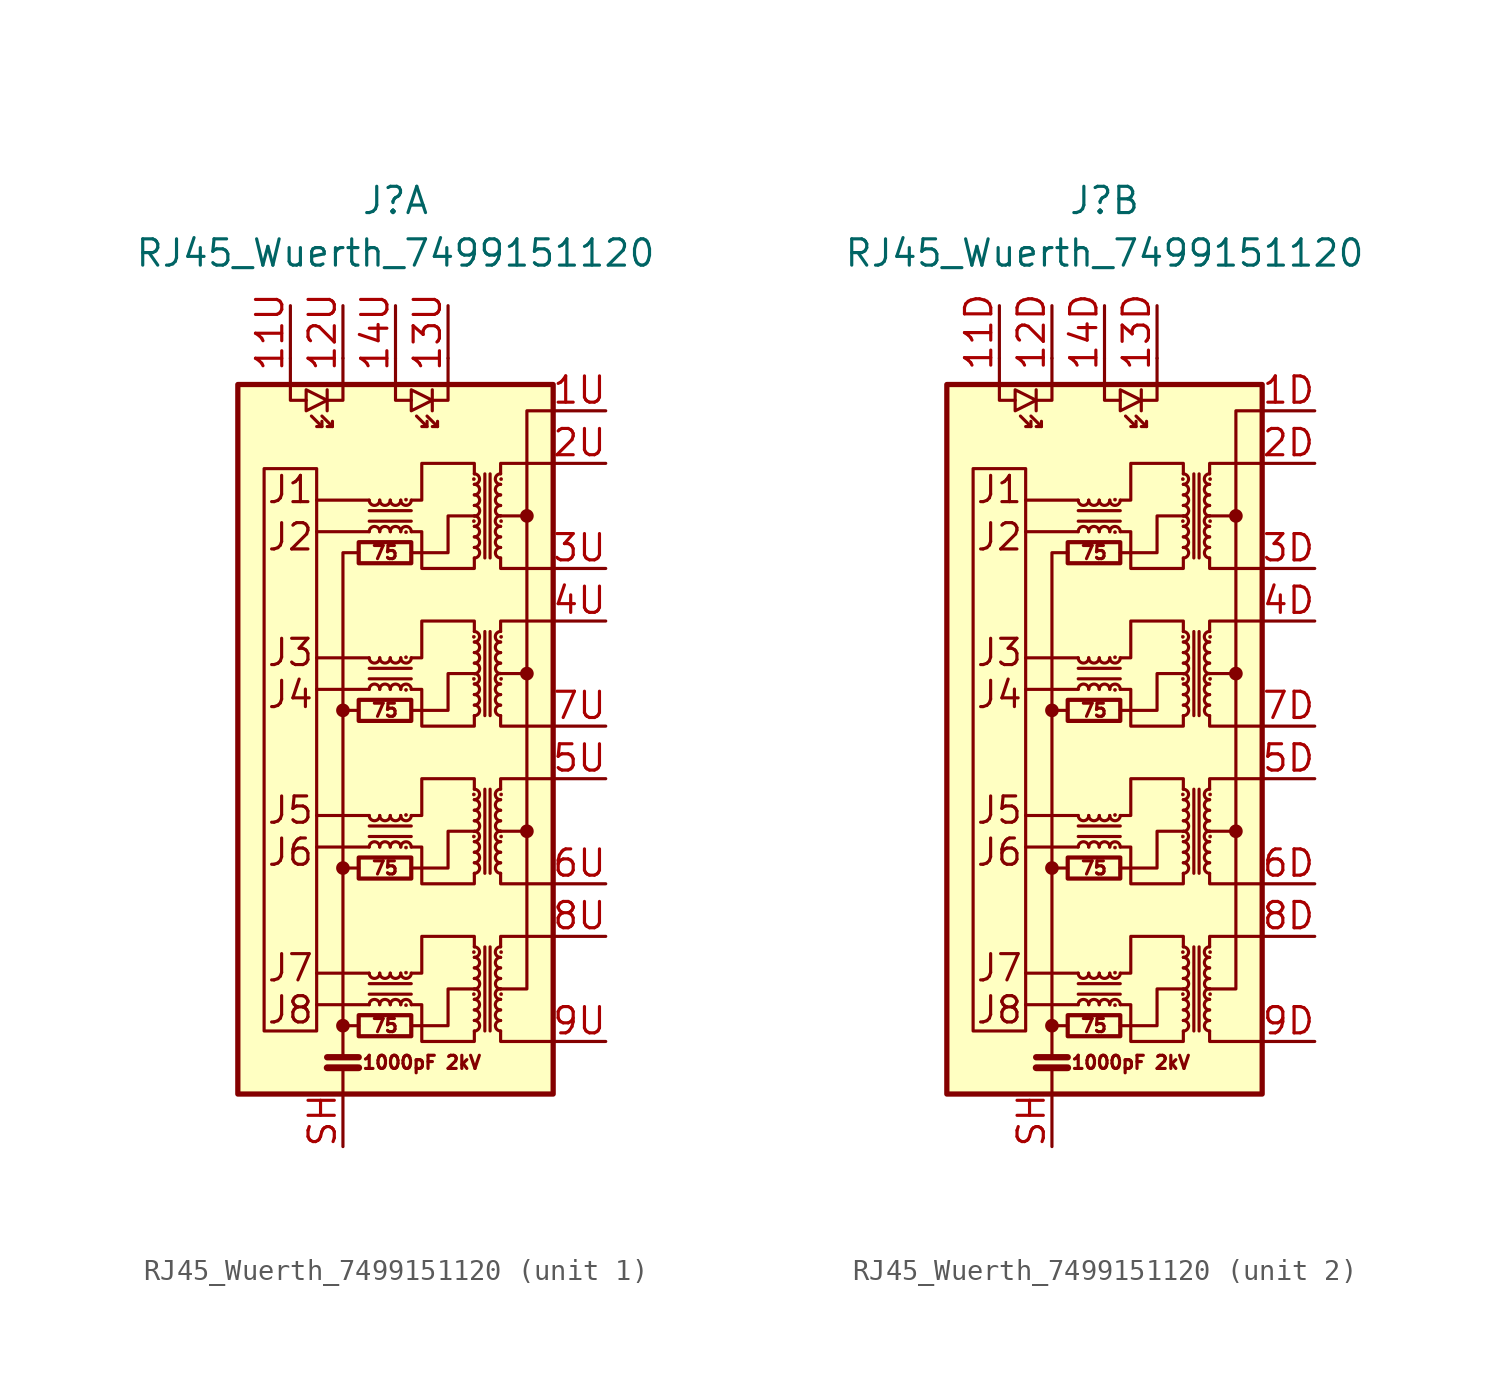
<source format=kicad_sym>
(kicad_symbol_lib
  (version 20220914)
  (generator kicad_symbol_editor)
  (symbol "RJ45_Wuerth_7499151120"
    (pin_names
      (offset 0.025) hide)
    (property "Reference" "J"
      (at 0 25.4 0)
      (effects (font (size 1.27 1.27))))
    (property "Value" "RJ45_Wuerth_7499151120"
      (at 0 22.86 0)
      (effects (font (size 1.27 1.27))))
    (property "ki_locked" ""
      (at 0 0 0)
      (effects (font (size 1.27 1.27))))
    (symbol "RJ45_Wuerth_7499151120_0_0"
      (polyline (pts (xy -1.778 -14.478) (xy -2.54 -14.478)) (stroke (width 0) (type default)) (fill (type none)))
      (polyline (pts (xy -1.27 -13.462) (xy -3.81 -13.462)) (stroke (width 0) (type default)) (fill (type none)))
      (polyline (pts (xy -1.27 -11.938) (xy -3.81 -11.938)) (stroke (width 0) (type default)) (fill (type none)))
      (polyline (pts (xy -1.27 -5.842) (xy -3.81 -5.842)) (stroke (width 0) (type default)) (fill (type none)))
      (polyline (pts (xy -1.27 -4.318) (xy -3.81 -4.318)) (stroke (width 0) (type default)) (fill (type none)))
      (polyline (pts (xy -1.27 1.778) (xy -3.81 1.778)) (stroke (width 0) (type default)) (fill (type none)))
      (polyline (pts (xy -1.27 3.302) (xy -3.81 3.302)) (stroke (width 0) (type default)) (fill (type none)))
      (polyline (pts (xy -1.27 9.398) (xy -3.81 9.398)) (stroke (width 0) (type default)) (fill (type none)))
      (polyline (pts (xy -1.27 10.922) (xy -3.81 10.922)) (stroke (width 0) (type default)) (fill (type none)))
      (polyline (pts (xy 5.08 2.54) (xy 6.35 2.54)) (stroke (width 0) (type default)) (fill (type none)))
      (polyline (pts (xy 6.35 -5.08) (xy 5.08 -5.08)) (stroke (width 0) (type default)) (fill (type none)))
      (polyline (pts (xy 6.35 10.16) (xy 5.08 10.16)) (stroke (width 0) (type default)) (fill (type none)))
      (polyline (pts (xy 0.762 -14.478) (xy 2.54 -14.478) (xy 2.54 -12.7) (xy 3.81 -12.7)) (stroke (width 0) (type default)) (fill (type none)))
      (polyline (pts (xy 0.762 -6.858) (xy 2.54 -6.858) (xy 2.54 -5.08) (xy 3.81 -5.08)) (stroke (width 0) (type default)) (fill (type none)))
      (polyline (pts (xy 0.762 0.762) (xy 2.54 0.762) (xy 2.54 2.54) (xy 3.81 2.54)) (stroke (width 0) (type default)) (fill (type none)))
      (polyline (pts (xy 0.762 8.382) (xy 2.54 8.382) (xy 2.54 10.16) (xy 3.81 10.16)) (stroke (width 0) (type default)) (fill (type none)))
      (text "1000pF 2kV" (at 1.27 -16.256 0) (effects (font (size 0.635 0.635))))
      (text "75" (at -0.508 -14.478 0) (effects (font (size 0.635 0.635))))
      (text "75" (at -0.508 -6.858 0) (effects (font (size 0.635 0.635))))
      (text "75" (at -0.508 0.762 0) (effects (font (size 0.635 0.635))))
      (text "75" (at -0.508 8.382 0) (effects (font (size 0.635 0.635))))
      (text "J1" (at -5.08 11.43 0) (effects (font (size 1.27 1.27))))
      (text "J2" (at -5.08 9.144 0) (effects (font (size 1.27 1.27))))
      (text "J3" (at -5.08 3.556 0) (effects (font (size 1.27 1.27))))
      (text "J4" (at -5.08 1.524 0) (effects (font (size 1.27 1.27))))
      (text "J5" (at -5.08 -4.064 0) (effects (font (size 1.27 1.27))))
      (text "J6" (at -5.08 -6.096 0) (effects (font (size 1.27 1.27))))
      (text "J7" (at -5.08 -11.684 0) (effects (font (size 1.27 1.27))))
      (text "J8" (at -5.08 -13.716 0) (effects (font (size 1.27 1.27)))))
    (symbol "RJ45_Wuerth_7499151120_0_1"
      (rectangle (start -3.81 -14.732) (end -6.35 12.446) (stroke (width 0) (type default)) (fill (type none)))
      (circle (center -2.54 -14.478) (radius 0.254) (stroke (width 0) (type default)) (fill (type outline)))
      (circle (center -2.54 -6.858) (radius 0.254) (stroke (width 0) (type default)) (fill (type outline)))
      (circle (center -2.54 0.762) (radius 0.254) (stroke (width 0) (type default)) (fill (type outline)))
      (rectangle (start -1.778 -14.986) (end 0.762 -13.97) (stroke (width 0.203) (type default)) (fill (type none)))
      (rectangle (start -1.778 -7.366) (end 0.762 -6.35) (stroke (width 0.203) (type default)) (fill (type none)))
      (rectangle (start -1.778 0.254) (end 0.762 1.27) (stroke (width 0.203) (type default)) (fill (type none)))
      (rectangle (start -1.778 7.874) (end 0.762 8.89) (stroke (width 0.203) (type default)) (fill (type none)))
      (arc (start -1.27 -11.938) (mid -1.016 -12.1909) (end -0.762 -11.938) (stroke (width 0) (type default)) (fill (type none)))
      (arc (start -1.27 -4.318) (mid -1.016 -4.5709) (end -0.762 -4.318) (stroke (width 0) (type default)) (fill (type none)))
      (arc (start -1.27 3.302) (mid -1.016 3.0491) (end -0.762 3.302) (stroke (width 0) (type default)) (fill (type none)))
      (arc (start -1.27 10.922) (mid -1.016 10.6691) (end -0.762 10.922) (stroke (width 0) (type default)) (fill (type none)))
      (arc (start -0.762 -13.462) (mid -1.016 -13.2091) (end -1.27 -13.462) (stroke (width 0) (type default)) (fill (type none)))
      (arc (start -0.762 -11.938) (mid -0.508 -12.1909) (end -0.254 -11.938) (stroke (width 0) (type default)) (fill (type none)))
      (arc (start -0.762 -5.842) (mid -1.016 -5.5891) (end -1.27 -5.842) (stroke (width 0) (type default)) (fill (type none)))
      (arc (start -0.762 -4.318) (mid -0.508 -4.5709) (end -0.254 -4.318) (stroke (width 0) (type default)) (fill (type none)))
      (arc (start -0.762 1.778) (mid -1.016 2.0309) (end -1.27 1.778) (stroke (width 0) (type default)) (fill (type none)))
      (arc (start -0.762 3.302) (mid -0.508 3.0491) (end -0.254 3.302) (stroke (width 0) (type default)) (fill (type none)))
      (arc (start -0.762 9.398) (mid -1.016 9.6509) (end -1.27 9.398) (stroke (width 0) (type default)) (fill (type none)))
      (arc (start -0.762 10.922) (mid -0.508 10.6691) (end -0.254 10.922) (stroke (width 0) (type default)) (fill (type none)))
      (arc (start -0.254 -13.462) (mid -0.508 -13.2091) (end -0.762 -13.462) (stroke (width 0) (type default)) (fill (type none)))
      (arc (start -0.254 -11.938) (mid 0 -12.1909) (end 0.254 -11.938) (stroke (width 0) (type default)) (fill (type none)))
      (arc (start -0.254 -5.842) (mid -0.508 -5.5891) (end -0.762 -5.842) (stroke (width 0) (type default)) (fill (type none)))
      (arc (start -0.254 -4.318) (mid 0 -4.5709) (end 0.254 -4.318) (stroke (width 0) (type default)) (fill (type none)))
      (arc (start -0.254 1.778) (mid -0.508 2.0309) (end -0.762 1.778) (stroke (width 0) (type default)) (fill (type none)))
      (arc (start -0.254 3.302) (mid 0 3.0491) (end 0.254 3.302) (stroke (width 0) (type default)) (fill (type none)))
      (arc (start -0.254 9.398) (mid -0.508 9.6509) (end -0.762 9.398) (stroke (width 0) (type default)) (fill (type none)))
      (arc (start -0.254 10.922) (mid 0 10.6691) (end 0.254 10.922) (stroke (width 0) (type default)) (fill (type none)))
      (polyline (pts (xy -3.556 14.478) (xy -4.064 14.986)) (stroke (width 0) (type default)) (fill (type none)))
      (polyline (pts (xy -3.302 -16.51) (xy -1.778 -16.51)) (stroke (width 0.33) (type default)) (fill (type none)))
      (polyline (pts (xy -3.302 -16.002) (xy -1.778 -16.002)) (stroke (width 0.305) (type default)) (fill (type none)))
      (polyline (pts (xy -3.302 16.256) (xy -3.302 15.24)) (stroke (width 0) (type default)) (fill (type none)))
      (polyline (pts (xy -3.048 14.478) (xy -3.556 14.986)) (stroke (width 0) (type default)) (fill (type none)))
      (polyline (pts (xy -2.54 -17.78) (xy -2.54 -16.51)) (stroke (width 0) (type default)) (fill (type none)))
      (polyline (pts (xy -2.54 0.762) (xy -1.778 0.762)) (stroke (width 0) (type default)) (fill (type none)))
      (polyline (pts (xy -1.778 -6.858) (xy -2.54 -6.858)) (stroke (width 0) (type default)) (fill (type none)))
      (polyline (pts (xy -1.27 -12.954) (xy 0.762 -12.954)) (stroke (width 0) (type default)) (fill (type none)))
      (polyline (pts (xy -1.27 -5.334) (xy 0.762 -5.334)) (stroke (width 0) (type default)) (fill (type none)))
      (polyline (pts (xy -1.27 2.286) (xy 0.762 2.286)) (stroke (width 0) (type default)) (fill (type none)))
      (polyline (pts (xy -1.27 9.906) (xy 0.762 9.906)) (stroke (width 0) (type default)) (fill (type none)))
      (polyline (pts (xy 0.762 -12.446) (xy -1.27 -12.446)) (stroke (width 0) (type default)) (fill (type none)))
      (polyline (pts (xy 0.762 -4.826) (xy -1.27 -4.826)) (stroke (width 0) (type default)) (fill (type none)))
      (polyline (pts (xy 0.762 2.794) (xy -1.27 2.794)) (stroke (width 0) (type default)) (fill (type none)))
      (polyline (pts (xy 0.762 10.414) (xy -1.27 10.414)) (stroke (width 0) (type default)) (fill (type none)))
      (polyline (pts (xy 1.524 14.478) (xy 1.016 14.986)) (stroke (width 0) (type default)) (fill (type none)))
      (polyline (pts (xy 1.778 16.256) (xy 1.778 15.24)) (stroke (width 0) (type default)) (fill (type none)))
      (polyline (pts (xy 2.032 14.478) (xy 1.524 14.986)) (stroke (width 0) (type default)) (fill (type none)))
      (polyline (pts (xy 4.318 -10.668) (xy 4.318 -14.732)) (stroke (width 0) (type default)) (fill (type none)))
      (polyline (pts (xy 4.318 -3.048) (xy 4.318 -7.112)) (stroke (width 0) (type default)) (fill (type none)))
      (polyline (pts (xy 4.318 4.572) (xy 4.318 0.508)) (stroke (width 0) (type default)) (fill (type none)))
      (polyline (pts (xy 4.318 12.192) (xy 4.318 8.128)) (stroke (width 0) (type default)) (fill (type none)))
      (polyline (pts (xy 4.572 -14.732) (xy 4.572 -10.668)) (stroke (width 0) (type default)) (fill (type none)))
      (polyline (pts (xy 4.572 -7.112) (xy 4.572 -3.048)) (stroke (width 0) (type default)) (fill (type none)))
      (polyline (pts (xy 4.572 0.508) (xy 4.572 4.572)) (stroke (width 0) (type default)) (fill (type none)))
      (polyline (pts (xy 4.572 8.128) (xy 4.572 12.192)) (stroke (width 0) (type default)) (fill (type none)))
      (polyline (pts (xy -5.08 17.78) (xy -5.08 15.748) (xy -4.318 15.748)) (stroke (width 0) (type default)) (fill (type none)))
      (polyline (pts (xy -3.556 14.732) (xy -3.556 14.478) (xy -3.81 14.478)) (stroke (width 0) (type default)) (fill (type none)))
      (polyline (pts (xy -3.048 14.732) (xy -3.048 14.478) (xy -3.302 14.478)) (stroke (width 0) (type default)) (fill (type none)))
      (polyline (pts (xy -2.54 -16.002) (xy -2.54 8.382) (xy -1.778 8.382)) (stroke (width 0) (type default)) (fill (type none)))
      (polyline (pts (xy -2.54 17.78) (xy -2.54 15.748) (xy -3.302 15.748)) (stroke (width 0) (type default)) (fill (type none)))
      (polyline (pts (xy 0 17.78) (xy 0 15.748) (xy 0.762 15.748)) (stroke (width 0) (type default)) (fill (type none)))
      (polyline (pts (xy 1.524 14.732) (xy 1.524 14.478) (xy 1.27 14.478)) (stroke (width 0) (type default)) (fill (type none)))
      (polyline (pts (xy 2.032 14.732) (xy 2.032 14.478) (xy 1.778 14.478)) (stroke (width 0) (type default)) (fill (type none)))
      (polyline (pts (xy 2.54 17.78) (xy 2.54 15.748) (xy 1.778 15.748)) (stroke (width 0) (type default)) (fill (type none)))
      (polyline (pts (xy 5.08 -14.732) (xy 5.08 -15.24) (xy 7.62 -15.24)) (stroke (width 0) (type default)) (fill (type none)))
      (polyline (pts (xy 5.08 -10.668) (xy 5.08 -10.16) (xy 7.62 -10.16)) (stroke (width 0) (type default)) (fill (type none)))
      (polyline (pts (xy 5.08 -7.112) (xy 5.08 -7.62) (xy 7.62 -7.62)) (stroke (width 0) (type default)) (fill (type none)))
      (polyline (pts (xy 5.08 -3.048) (xy 5.08 -2.54) (xy 7.62 -2.54)) (stroke (width 0) (type default)) (fill (type none)))
      (polyline (pts (xy 5.08 0.508) (xy 5.08 0) (xy 7.62 0)) (stroke (width 0) (type default)) (fill (type none)))
      (polyline (pts (xy 5.08 4.572) (xy 5.08 5.08) (xy 7.62 5.08)) (stroke (width 0) (type default)) (fill (type none)))
      (polyline (pts (xy 5.08 8.128) (xy 5.08 7.62) (xy 7.62 7.62)) (stroke (width 0) (type default)) (fill (type none)))
      (polyline (pts (xy 5.08 12.192) (xy 5.08 12.7) (xy 7.62 12.7)) (stroke (width 0) (type default)) (fill (type none)))
      (polyline (pts (xy -3.302 15.748) (xy -4.318 16.256) (xy -4.318 15.24) (xy -3.302 15.748)) (stroke (width 0) (type default)) (fill (type none)))
      (polyline (pts (xy 1.778 15.748) (xy 0.762 16.256) (xy 0.762 15.24) (xy 1.778 15.748)) (stroke (width 0) (type default)) (fill (type none)))
      (polyline (pts (xy 7.62 15.24) (xy 6.35 15.24) (xy 6.35 -12.7) (xy 5.08 -12.7)) (stroke (width 0) (type default)) (fill (type none)))
      (polyline (pts (xy 0.762 -11.938) (xy 1.27 -11.938) (xy 1.27 -10.16) (xy 3.81 -10.16) (xy 3.81 -10.668)) (stroke (width 0) (type default)) (fill (type none)))
      (polyline (pts (xy 0.762 -4.318) (xy 1.27 -4.318) (xy 1.27 -2.54) (xy 3.81 -2.54) (xy 3.81 -3.048)) (stroke (width 0) (type default)) (fill (type none)))
      (polyline (pts (xy 0.762 3.302) (xy 1.27 3.302) (xy 1.27 5.08) (xy 3.81 5.08) (xy 3.81 4.572)) (stroke (width 0) (type default)) (fill (type none)))
      (polyline (pts (xy 0.762 10.922) (xy 1.27 10.922) (xy 1.27 12.7) (xy 3.81 12.7) (xy 3.81 12.192)) (stroke (width 0) (type default)) (fill (type none)))
      (polyline (pts (xy 3.81 -14.732) (xy 3.81 -15.24) (xy 1.27 -15.24) (xy 1.27 -13.462) (xy 0.762 -13.462)) (stroke (width 0) (type default)) (fill (type none)))
      (polyline (pts (xy 3.81 -7.112) (xy 3.81 -7.62) (xy 1.27 -7.62) (xy 1.27 -5.842) (xy 0.762 -5.842)) (stroke (width 0) (type default)) (fill (type none)))
      (polyline (pts (xy 3.81 0.508) (xy 3.81 0) (xy 1.27 0) (xy 1.27 1.778) (xy 0.762 1.778)) (stroke (width 0) (type default)) (fill (type none)))
      (polyline (pts (xy 3.81 8.128) (xy 3.81 7.62) (xy 1.27 7.62) (xy 1.27 9.398) (xy 0.762 9.398)) (stroke (width 0) (type default)) (fill (type none)))
      (arc (start 0.254 -13.462) (mid 0 -13.2091) (end -0.254 -13.462) (stroke (width 0) (type default)) (fill (type none)))
      (arc (start 0.254 -11.938) (mid 0.508 -12.1909) (end 0.762 -11.938) (stroke (width 0) (type default)) (fill (type none)))
      (arc (start 0.254 -5.842) (mid 0 -5.5891) (end -0.254 -5.842) (stroke (width 0) (type default)) (fill (type none)))
      (arc (start 0.254 -4.318) (mid 0.508 -4.5709) (end 0.762 -4.318) (stroke (width 0) (type default)) (fill (type none)))
      (arc (start 0.254 1.778) (mid 0 2.0309) (end -0.254 1.778) (stroke (width 0) (type default)) (fill (type none)))
      (arc (start 0.254 3.302) (mid 0.508 3.0491) (end 0.762 3.302) (stroke (width 0) (type default)) (fill (type none)))
      (arc (start 0.254 9.398) (mid 0 9.6509) (end -0.254 9.398) (stroke (width 0) (type default)) (fill (type none)))
      (arc (start 0.254 10.922) (mid 0.508 10.6691) (end 0.762 10.922) (stroke (width 0) (type default)) (fill (type none)))
      (circle (center 0.508 -13.487) (radius 0.076) (stroke (width 0.025) (type default)) (fill (type outline)))
      (circle (center 0.508 -11.913) (radius 0.076) (stroke (width 0.025) (type default)) (fill (type outline)))
      (circle (center 0.508 -5.867) (radius 0.076) (stroke (width 0.025) (type default)) (fill (type outline)))
      (circle (center 0.508 -4.293) (radius 0.076) (stroke (width 0.025) (type default)) (fill (type outline)))
      (circle (center 0.508 1.753) (radius 0.076) (stroke (width 0.025) (type default)) (fill (type outline)))
      (circle (center 0.508 3.327) (radius 0.076) (stroke (width 0.025) (type default)) (fill (type outline)))
      (circle (center 0.508 9.373) (radius 0.076) (stroke (width 0.025) (type default)) (fill (type outline)))
      (circle (center 0.508 10.947) (radius 0.076) (stroke (width 0.025) (type default)) (fill (type outline)))
      (arc (start 0.762 -13.462) (mid 0.508 -13.2091) (end 0.254 -13.462) (stroke (width 0) (type default)) (fill (type none)))
      (arc (start 0.762 -5.842) (mid 0.508 -5.5891) (end 0.254 -5.842) (stroke (width 0) (type default)) (fill (type none)))
      (arc (start 0.762 1.778) (mid 0.508 2.0309) (end 0.254 1.778) (stroke (width 0) (type default)) (fill (type none)))
      (arc (start 0.762 9.398) (mid 0.508 9.6509) (end 0.254 9.398) (stroke (width 0) (type default)) (fill (type none)))
      (circle (center 3.785 -12.954) (radius 0.076) (stroke (width 0.025) (type default)) (fill (type outline)))
      (circle (center 3.785 -10.922) (radius 0.076) (stroke (width 0.025) (type default)) (fill (type outline)))
      (circle (center 3.785 -5.334) (radius 0.076) (stroke (width 0.025) (type default)) (fill (type outline)))
      (circle (center 3.785 -3.302) (radius 0.076) (stroke (width 0.025) (type default)) (fill (type outline)))
      (circle (center 3.785 2.286) (radius 0.076) (stroke (width 0.025) (type default)) (fill (type outline)))
      (circle (center 3.785 4.318) (radius 0.076) (stroke (width 0.025) (type default)) (fill (type outline)))
      (circle (center 3.785 9.906) (radius 0.076) (stroke (width 0.025) (type default)) (fill (type outline)))
      (circle (center 3.785 11.938) (radius 0.076) (stroke (width 0.025) (type default)) (fill (type outline)))
      (arc (start 3.81 -14.732) (mid 4.0629 -14.478) (end 3.81 -14.224) (stroke (width 0) (type default)) (fill (type none)))
      (arc (start 3.81 -14.224) (mid 4.0629 -13.97) (end 3.81 -13.716) (stroke (width 0) (type default)) (fill (type none)))
      (arc (start 3.81 -13.716) (mid 4.0629 -13.462) (end 3.81 -13.208) (stroke (width 0) (type default)) (fill (type none)))
      (arc (start 3.81 -13.208) (mid 4.0629 -12.954) (end 3.81 -12.7) (stroke (width 0) (type default)) (fill (type none)))
      (arc (start 3.81 -12.7) (mid 4.0629 -12.446) (end 3.81 -12.192) (stroke (width 0) (type default)) (fill (type none)))
      (arc (start 3.81 -12.192) (mid 4.0629 -11.938) (end 3.81 -11.684) (stroke (width 0) (type default)) (fill (type none)))
      (arc (start 3.81 -11.684) (mid 4.0629 -11.43) (end 3.81 -11.176) (stroke (width 0) (type default)) (fill (type none)))
      (arc (start 3.81 -11.176) (mid 4.0629 -10.922) (end 3.81 -10.668) (stroke (width 0) (type default)) (fill (type none)))
      (arc (start 3.81 -7.112) (mid 4.0629 -6.858) (end 3.81 -6.604) (stroke (width 0) (type default)) (fill (type none)))
      (arc (start 3.81 -6.604) (mid 4.0629 -6.35) (end 3.81 -6.096) (stroke (width 0) (type default)) (fill (type none)))
      (arc (start 3.81 -6.096) (mid 4.0629 -5.842) (end 3.81 -5.588) (stroke (width 0) (type default)) (fill (type none)))
      (arc (start 3.81 -5.588) (mid 4.0629 -5.334) (end 3.81 -5.08) (stroke (width 0) (type default)) (fill (type none)))
      (arc (start 3.81 -5.08) (mid 4.0629 -4.826) (end 3.81 -4.572) (stroke (width 0) (type default)) (fill (type none)))
      (arc (start 3.81 -4.572) (mid 4.0629 -4.318) (end 3.81 -4.064) (stroke (width 0) (type default)) (fill (type none)))
      (arc (start 3.81 -4.064) (mid 4.0629 -3.81) (end 3.81 -3.556) (stroke (width 0) (type default)) (fill (type none)))
      (arc (start 3.81 -3.556) (mid 4.0629 -3.302) (end 3.81 -3.048) (stroke (width 0) (type default)) (fill (type none)))
      (arc (start 3.81 0.508) (mid 4.0629 0.762) (end 3.81 1.016) (stroke (width 0) (type default)) (fill (type none)))
      (arc (start 3.81 1.016) (mid 4.0629 1.27) (end 3.81 1.524) (stroke (width 0) (type default)) (fill (type none)))
      (arc (start 3.81 1.524) (mid 4.0629 1.778) (end 3.81 2.032) (stroke (width 0) (type default)) (fill (type none)))
      (arc (start 3.81 2.032) (mid 4.0629 2.286) (end 3.81 2.54) (stroke (width 0) (type default)) (fill (type none)))
      (arc (start 3.81 2.54) (mid 4.0629 2.794) (end 3.81 3.048) (stroke (width 0) (type default)) (fill (type none)))
      (arc (start 3.81 3.048) (mid 4.0629 3.302) (end 3.81 3.556) (stroke (width 0) (type default)) (fill (type none)))
      (arc (start 3.81 3.556) (mid 4.0629 3.81) (end 3.81 4.064) (stroke (width 0) (type default)) (fill (type none)))
      (arc (start 3.81 4.064) (mid 4.0629 4.318) (end 3.81 4.572) (stroke (width 0) (type default)) (fill (type none)))
      (arc (start 3.81 8.128) (mid 4.0629 8.382) (end 3.81 8.636) (stroke (width 0) (type default)) (fill (type none)))
      (arc (start 3.81 8.636) (mid 4.0629 8.89) (end 3.81 9.144) (stroke (width 0) (type default)) (fill (type none)))
      (arc (start 3.81 9.144) (mid 4.0629 9.398) (end 3.81 9.652) (stroke (width 0) (type default)) (fill (type none)))
      (arc (start 3.81 9.652) (mid 4.0629 9.906) (end 3.81 10.16) (stroke (width 0) (type default)) (fill (type none)))
      (arc (start 3.81 10.16) (mid 4.0629 10.414) (end 3.81 10.668) (stroke (width 0) (type default)) (fill (type none)))
      (arc (start 3.81 10.668) (mid 4.0629 10.922) (end 3.81 11.176) (stroke (width 0) (type default)) (fill (type none)))
      (arc (start 3.81 11.176) (mid 4.0629 11.43) (end 3.81 11.684) (stroke (width 0) (type default)) (fill (type none)))
      (arc (start 3.81 11.684) (mid 4.0629 11.938) (end 3.81 12.192) (stroke (width 0) (type default)) (fill (type none)))
      (arc (start 5.08 -14.224) (mid 4.8271 -14.478) (end 5.08 -14.732) (stroke (width 0) (type default)) (fill (type none)))
      (arc (start 5.08 -13.716) (mid 4.8271 -13.97) (end 5.08 -14.224) (stroke (width 0) (type default)) (fill (type none)))
      (arc (start 5.08 -13.208) (mid 4.8271 -13.462) (end 5.08 -13.716) (stroke (width 0) (type default)) (fill (type none)))
      (arc (start 5.08 -12.7) (mid 4.8271 -12.954) (end 5.08 -13.208) (stroke (width 0) (type default)) (fill (type none)))
      (arc (start 5.08 -12.192) (mid 4.8271 -12.446) (end 5.08 -12.7) (stroke (width 0) (type default)) (fill (type none)))
      (arc (start 5.08 -11.684) (mid 4.8271 -11.938) (end 5.08 -12.192) (stroke (width 0) (type default)) (fill (type none)))
      (arc (start 5.08 -11.176) (mid 4.8271 -11.43) (end 5.08 -11.684) (stroke (width 0) (type default)) (fill (type none)))
      (arc (start 5.08 -10.668) (mid 4.8271 -10.922) (end 5.08 -11.176) (stroke (width 0) (type default)) (fill (type none)))
      (arc (start 5.08 -6.604) (mid 4.8271 -6.858) (end 5.08 -7.112) (stroke (width 0) (type default)) (fill (type none)))
      (arc (start 5.08 -6.096) (mid 4.8271 -6.35) (end 5.08 -6.604) (stroke (width 0) (type default)) (fill (type none)))
      (arc (start 5.08 -5.588) (mid 4.8271 -5.842) (end 5.08 -6.096) (stroke (width 0) (type default)) (fill (type none)))
      (arc (start 5.08 -5.08) (mid 4.8271 -5.334) (end 5.08 -5.588) (stroke (width 0) (type default)) (fill (type none)))
      (arc (start 5.08 -4.572) (mid 4.8271 -4.826) (end 5.08 -5.08) (stroke (width 0) (type default)) (fill (type none)))
      (arc (start 5.08 -4.064) (mid 4.8271 -4.318) (end 5.08 -4.572) (stroke (width 0) (type default)) (fill (type none)))
      (arc (start 5.08 -3.556) (mid 4.8271 -3.81) (end 5.08 -4.064) (stroke (width 0) (type default)) (fill (type none)))
      (arc (start 5.08 -3.048) (mid 4.8271 -3.302) (end 5.08 -3.556) (stroke (width 0) (type default)) (fill (type none)))
      (arc (start 5.08 1.016) (mid 4.8271 0.762) (end 5.08 0.508) (stroke (width 0) (type default)) (fill (type none)))
      (arc (start 5.08 1.524) (mid 4.8271 1.27) (end 5.08 1.016) (stroke (width 0) (type default)) (fill (type none)))
      (arc (start 5.08 2.032) (mid 4.8271 1.778) (end 5.08 1.524) (stroke (width 0) (type default)) (fill (type none)))
      (arc (start 5.08 2.54) (mid 4.8271 2.286) (end 5.08 2.032) (stroke (width 0) (type default)) (fill (type none)))
      (arc (start 5.08 3.048) (mid 4.8271 2.794) (end 5.08 2.54) (stroke (width 0) (type default)) (fill (type none)))
      (arc (start 5.08 3.556) (mid 4.8271 3.302) (end 5.08 3.048) (stroke (width 0) (type default)) (fill (type none)))
      (arc (start 5.08 4.064) (mid 4.8271 3.81) (end 5.08 3.556) (stroke (width 0) (type default)) (fill (type none)))
      (arc (start 5.08 4.572) (mid 4.8271 4.318) (end 5.08 4.064) (stroke (width 0) (type default)) (fill (type none)))
      (arc (start 5.08 8.636) (mid 4.8271 8.382) (end 5.08 8.128) (stroke (width 0) (type default)) (fill (type none)))
      (arc (start 5.08 9.144) (mid 4.8271 8.89) (end 5.08 8.636) (stroke (width 0) (type default)) (fill (type none)))
      (arc (start 5.08 9.652) (mid 4.8271 9.398) (end 5.08 9.144) (stroke (width 0) (type default)) (fill (type none)))
      (arc (start 5.08 10.16) (mid 4.8271 9.906) (end 5.08 9.652) (stroke (width 0) (type default)) (fill (type none)))
      (arc (start 5.08 10.668) (mid 4.8271 10.414) (end 5.08 10.16) (stroke (width 0) (type default)) (fill (type none)))
      (arc (start 5.08 11.176) (mid 4.8271 10.922) (end 5.08 10.668) (stroke (width 0) (type default)) (fill (type none)))
      (arc (start 5.08 11.684) (mid 4.8271 11.43) (end 5.08 11.176) (stroke (width 0) (type default)) (fill (type none)))
      (arc (start 5.08 12.192) (mid 4.8271 11.938) (end 5.08 11.684) (stroke (width 0) (type default)) (fill (type none)))
      (circle (center 5.105 -12.954) (radius 0.076) (stroke (width 0.025) (type default)) (fill (type outline)))
      (circle (center 5.105 -10.922) (radius 0.076) (stroke (width 0.025) (type default)) (fill (type outline)))
      (circle (center 5.105 -5.334) (radius 0.076) (stroke (width 0.025) (type default)) (fill (type outline)))
      (circle (center 5.105 -3.302) (radius 0.076) (stroke (width 0.025) (type default)) (fill (type outline)))
      (circle (center 5.105 2.286) (radius 0.076) (stroke (width 0.025) (type default)) (fill (type outline)))
      (circle (center 5.105 4.318) (radius 0.076) (stroke (width 0.025) (type default)) (fill (type outline)))
      (circle (center 5.105 9.906) (radius 0.076) (stroke (width 0.025) (type default)) (fill (type outline)))
      (circle (center 5.105 11.938) (radius 0.076) (stroke (width 0.025) (type default)) (fill (type outline)))
      (circle (center 6.35 -5.08) (radius 0.254) (stroke (width 0) (type default)) (fill (type outline)))
      (circle (center 6.35 2.54) (radius 0.254) (stroke (width 0) (type default)) (fill (type outline)))
      (circle (center 6.35 10.16) (radius 0.254) (stroke (width 0) (type default)) (fill (type outline)))
      (rectangle (start 7.62 16.51) (end -7.62 -17.78) (stroke (width 0.254) (type default)) (fill (type background)))
      (pin power_in line (at -2.54 -20.32 90) (length 2.54) (name "~" (effects (font (size 1.27 1.27)))) (number "SH" (effects (font (size 1.27 1.27))))))
    (symbol "RJ45_Wuerth_7499151120_1_1"
      (pin no_connect line (at 0 -17.78 90) (length 2.54) hide (name "~" (effects (font (size 1.27 1.27)))) (number "10U" (effects (font (size 1.27 1.27)))))
      (pin passive line (at -5.08 20.32 270) (length 2.54) (name "~" (effects (font (size 1.27 1.27)))) (number "11U" (effects (font (size 1.27 1.27)))))
      (pin passive line (at -2.54 20.32 270) (length 2.54) (name "~" (effects (font (size 1.27 1.27)))) (number "12U" (effects (font (size 1.27 1.27)))))
      (pin passive line (at 2.54 20.32 270) (length 2.54) (name "~" (effects (font (size 1.27 1.27)))) (number "13U" (effects (font (size 1.27 1.27)))))
      (pin passive line (at 0 20.32 270) (length 2.54) (name "~" (effects (font (size 1.27 1.27)))) (number "14U" (effects (font (size 1.27 1.27)))))
      (pin passive line (at 10.16 15.24 180) (length 2.54) (name "~" (effects (font (size 1.27 1.27)))) (number "1U" (effects (font (size 1.27 1.27)))))
      (pin passive line (at 10.16 12.7 180) (length 2.54) (name "~" (effects (font (size 1.27 1.27)))) (number "2U" (effects (font (size 1.27 1.27)))))
      (pin passive line (at 10.16 7.62 180) (length 2.54) (name "~" (effects (font (size 1.27 1.27)))) (number "3U" (effects (font (size 1.27 1.27)))))
      (pin passive line (at 10.16 5.08 180) (length 2.54) (name "~" (effects (font (size 1.27 1.27)))) (number "4U" (effects (font (size 1.27 1.27)))))
      (pin passive line (at 10.16 -2.54 180) (length 2.54) (name "~" (effects (font (size 1.27 1.27)))) (number "5U" (effects (font (size 1.27 1.27)))))
      (pin passive line (at 10.16 -7.62 180) (length 2.54) (name "~" (effects (font (size 1.27 1.27)))) (number "6U" (effects (font (size 1.27 1.27)))))
      (pin passive line (at 10.16 0 180) (length 2.54) (name "~" (effects (font (size 1.27 1.27)))) (number "7U" (effects (font (size 1.27 1.27)))))
      (pin passive line (at 10.16 -10.16 180) (length 2.54) (name "~" (effects (font (size 1.27 1.27)))) (number "8U" (effects (font (size 1.27 1.27)))))
      (pin passive line (at 10.16 -15.24 180) (length 2.54) (name "~" (effects (font (size 1.27 1.27)))) (number "9U" (effects (font (size 1.27 1.27))))))
    (symbol "RJ45_Wuerth_7499151120_2_1"
      (pin no_connect line (at 0 -17.78 90) (length 2.54) hide (name "~" (effects (font (size 1.27 1.27)))) (number "10D" (effects (font (size 1.27 1.27)))))
      (pin passive line (at -5.08 20.32 270) (length 2.54) (name "~" (effects (font (size 1.27 1.27)))) (number "11D" (effects (font (size 1.27 1.27)))))
      (pin passive line (at -2.54 20.32 270) (length 2.54) (name "~" (effects (font (size 1.27 1.27)))) (number "12D" (effects (font (size 1.27 1.27)))))
      (pin passive line (at 2.54 20.32 270) (length 2.54) (name "~" (effects (font (size 1.27 1.27)))) (number "13D" (effects (font (size 1.27 1.27)))))
      (pin passive line (at 0 20.32 270) (length 2.54) (name "~" (effects (font (size 1.27 1.27)))) (number "14D" (effects (font (size 1.27 1.27)))))
      (pin passive line (at 10.16 15.24 180) (length 2.54) (name "~" (effects (font (size 1.27 1.27)))) (number "1D" (effects (font (size 1.27 1.27)))))
      (pin passive line (at 10.16 12.7 180) (length 2.54) (name "~" (effects (font (size 1.27 1.27)))) (number "2D" (effects (font (size 1.27 1.27)))))
      (pin passive line (at 10.16 7.62 180) (length 2.54) (name "~" (effects (font (size 1.27 1.27)))) (number "3D" (effects (font (size 1.27 1.27)))))
      (pin passive line (at 10.16 5.08 180) (length 2.54) (name "~" (effects (font (size 1.27 1.27)))) (number "4D" (effects (font (size 1.27 1.27)))))
      (pin passive line (at 10.16 -2.54 180) (length 2.54) (name "~" (effects (font (size 1.27 1.27)))) (number "5D" (effects (font (size 1.27 1.27)))))
      (pin passive line (at 10.16 -7.62 180) (length 2.54) (name "~" (effects (font (size 1.27 1.27)))) (number "6D" (effects (font (size 1.27 1.27)))))
      (pin passive line (at 10.16 0 180) (length 2.54) (name "~" (effects (font (size 1.27 1.27)))) (number "7D" (effects (font (size 1.27 1.27)))))
      (pin passive line (at 10.16 -10.16 180) (length 2.54) (name "~" (effects (font (size 1.27 1.27)))) (number "8D" (effects (font (size 1.27 1.27)))))
      (pin passive line (at 10.16 -15.24 180) (length 2.54) (name "~" (effects (font (size 1.27 1.27)))) (number "9D" (effects (font (size 1.27 1.27))))))))
</source>
